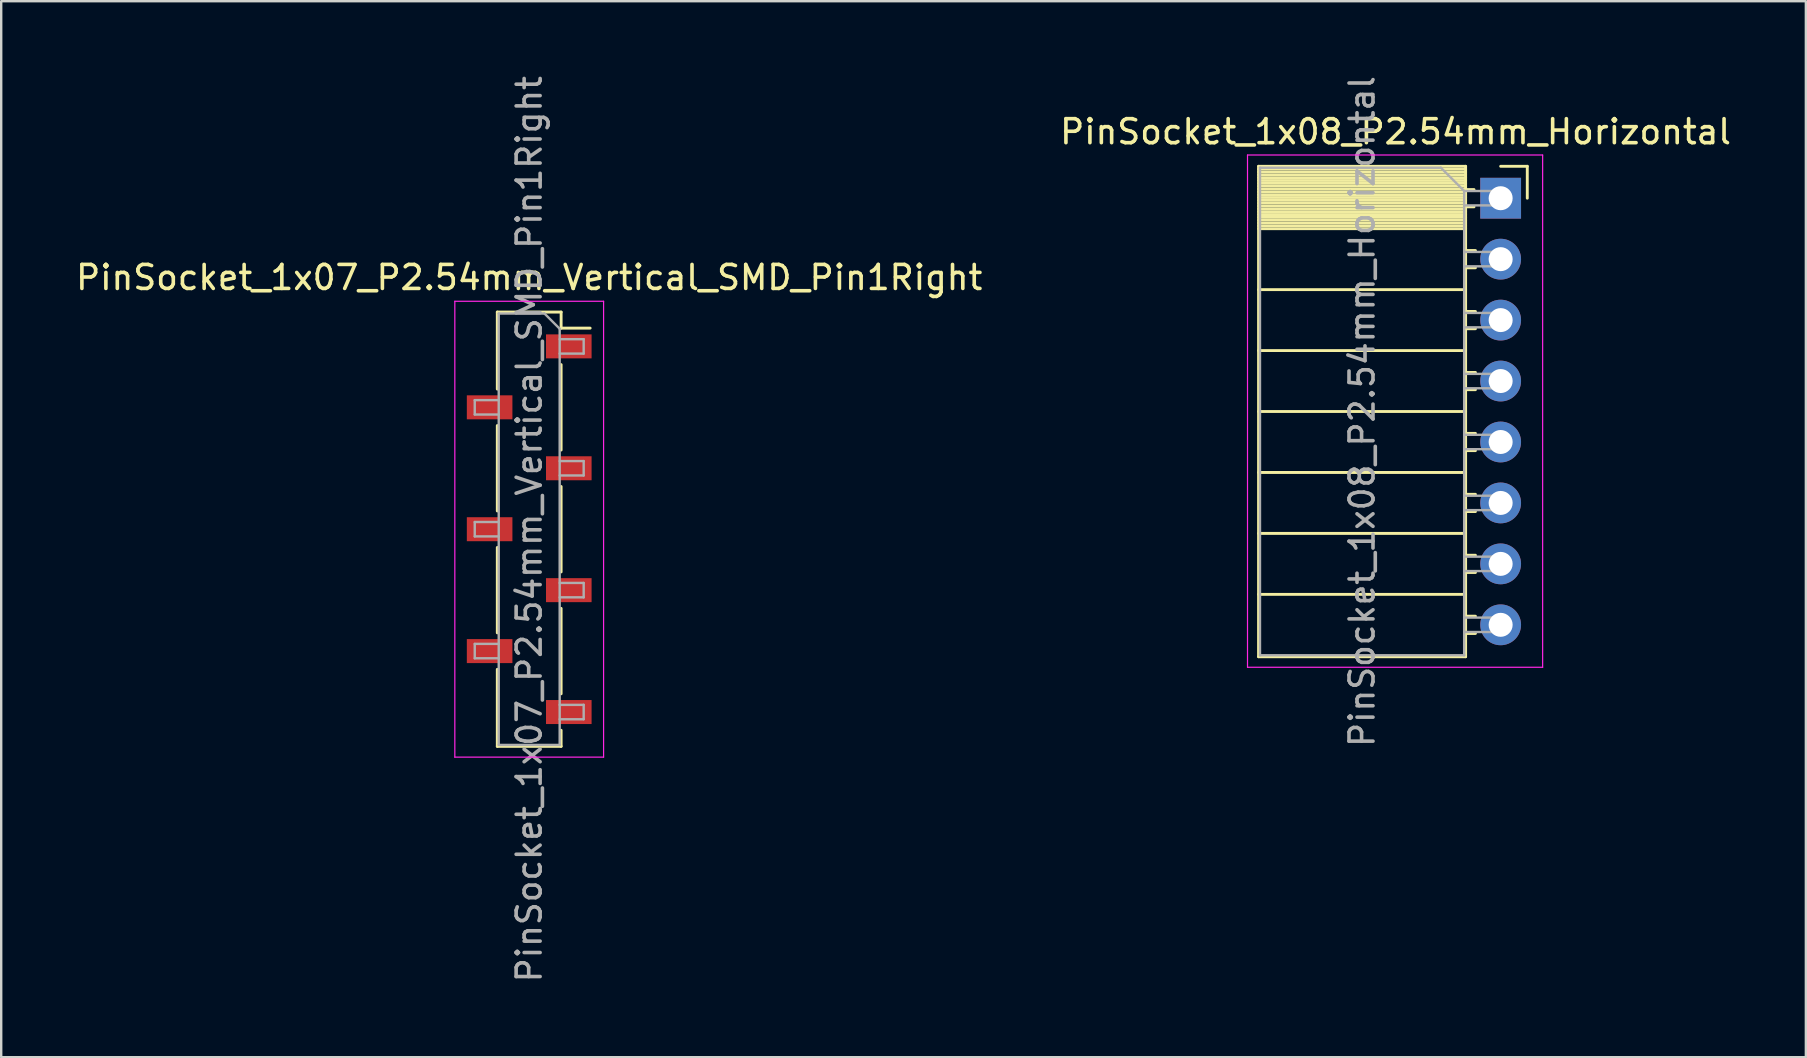
<source format=kicad_pcb>
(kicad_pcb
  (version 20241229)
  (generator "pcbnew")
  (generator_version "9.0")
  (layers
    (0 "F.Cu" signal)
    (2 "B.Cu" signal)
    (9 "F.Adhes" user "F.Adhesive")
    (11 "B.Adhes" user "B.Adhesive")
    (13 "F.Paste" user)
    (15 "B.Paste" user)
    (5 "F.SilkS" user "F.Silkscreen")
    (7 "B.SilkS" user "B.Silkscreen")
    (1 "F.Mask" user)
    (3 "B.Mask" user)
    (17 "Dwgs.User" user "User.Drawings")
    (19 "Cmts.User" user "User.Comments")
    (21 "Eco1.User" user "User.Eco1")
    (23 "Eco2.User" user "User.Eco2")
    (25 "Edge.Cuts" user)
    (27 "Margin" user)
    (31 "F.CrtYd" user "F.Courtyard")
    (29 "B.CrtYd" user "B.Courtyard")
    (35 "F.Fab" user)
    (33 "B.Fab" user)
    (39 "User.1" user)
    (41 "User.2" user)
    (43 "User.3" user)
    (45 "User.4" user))
  (footprint "PinSocket_1x08_P2.54mm_Horizontal"
    (layer "F.Cu")
    (at 59.493 5.211)
    (property "Reference" "PinSocket_1x08_P2.54mm_Horizontal" (at -4.38 -2.77 0) (layer "F.SilkS") (effects (font (size 1 1) (thickness 0.15))))
    (attr through_hole)
    (fp_line (start -10.09 -1.33) (end -10.09 19.11) (stroke (width 0.12) (type solid)) (layer "F.SilkS"))
    (fp_line (start -10.09 -1.33) (end -1.46 -1.33) (stroke (width 0.12) (type solid)) (layer "F.SilkS"))
    (fp_line (start -10.09 -1.21) (end -1.46 -1.21) (stroke (width 0.12) (type solid)) (layer "F.SilkS"))
    (fp_line (start -10.09 -1.092) (end -1.46 -1.092) (stroke (width 0.12) (type solid)) (layer "F.SilkS"))
    (fp_line (start -10.09 -0.974) (end -1.46 -0.974) (stroke (width 0.12) (type solid)) (layer "F.SilkS"))
    (fp_line (start -10.09 -0.856) (end -1.46 -0.856) (stroke (width 0.12) (type solid)) (layer "F.SilkS"))
    (fp_line (start -10.09 -0.738) (end -1.46 -0.738) (stroke (width 0.12) (type solid)) (layer "F.SilkS"))
    (fp_line (start -10.09 -0.62) (end -1.46 -0.62) (stroke (width 0.12) (type solid)) (layer "F.SilkS"))
    (fp_line (start -10.09 -0.501) (end -1.46 -0.501) (stroke (width 0.12) (type solid)) (layer "F.SilkS"))
    (fp_line (start -10.09 -0.383) (end -1.46 -0.383) (stroke (width 0.12) (type solid)) (layer "F.SilkS"))
    (fp_line (start -10.09 -0.265) (end -1.46 -0.265) (stroke (width 0.12) (type solid)) (layer "F.SilkS"))
    (fp_line (start -10.09 -0.147) (end -1.46 -0.147) (stroke (width 0.12) (type solid)) (layer "F.SilkS"))
    (fp_line (start -10.09 -0.029) (end -1.46 -0.029) (stroke (width 0.12) (type solid)) (layer "F.SilkS"))
    (fp_line (start -10.09 0.089) (end -1.46 0.089) (stroke (width 0.12) (type solid)) (layer "F.SilkS"))
    (fp_line (start -10.09 0.207) (end -1.46 0.207) (stroke (width 0.12) (type solid)) (layer "F.SilkS"))
    (fp_line (start -10.09 0.325) (end -1.46 0.325) (stroke (width 0.12) (type solid)) (layer "F.SilkS"))
    (fp_line (start -10.09 0.443) (end -1.46 0.443) (stroke (width 0.12) (type solid)) (layer "F.SilkS"))
    (fp_line (start -10.09 0.561) (end -1.46 0.561) (stroke (width 0.12) (type solid)) (layer "F.SilkS"))
    (fp_line (start -10.09 0.68) (end -1.46 0.68) (stroke (width 0.12) (type solid)) (layer "F.SilkS"))
    (fp_line (start -10.09 0.798) (end -1.46 0.798) (stroke (width 0.12) (type solid)) (layer "F.SilkS"))
    (fp_line (start -10.09 0.916) (end -1.46 0.916) (stroke (width 0.12) (type solid)) (layer "F.SilkS"))
    (fp_line (start -10.09 1.034) (end -1.46 1.034) (stroke (width 0.12) (type solid)) (layer "F.SilkS"))
    (fp_line (start -10.09 1.152) (end -1.46 1.152) (stroke (width 0.12) (type solid)) (layer "F.SilkS"))
    (fp_line (start -10.09 1.27) (end -1.46 1.27) (stroke (width 0.12) (type solid)) (layer "F.SilkS"))
    (fp_line (start -10.09 3.81) (end -1.46 3.81) (stroke (width 0.12) (type solid)) (layer "F.SilkS"))
    (fp_line (start -10.09 6.35) (end -1.46 6.35) (stroke (width 0.12) (type solid)) (layer "F.SilkS"))
    (fp_line (start -10.09 8.89) (end -1.46 8.89) (stroke (width 0.12) (type solid)) (layer "F.SilkS"))
    (fp_line (start -10.09 11.43) (end -1.46 11.43) (stroke (width 0.12) (type solid)) (layer "F.SilkS"))
    (fp_line (start -10.09 13.97) (end -1.46 13.97) (stroke (width 0.12) (type solid)) (layer "F.SilkS"))
    (fp_line (start -10.09 16.51) (end -1.46 16.51) (stroke (width 0.12) (type solid)) (layer "F.SilkS"))
    (fp_line (start -10.09 19.11) (end -1.46 19.11) (stroke (width 0.12) (type solid)) (layer "F.SilkS"))
    (fp_line (start -1.46 -1.33) (end -1.46 19.11) (stroke (width 0.12) (type solid)) (layer "F.SilkS"))
    (fp_line (start -1.46 -0.36) (end -1.11 -0.36) (stroke (width 0.12) (type solid)) (layer "F.SilkS"))
    (fp_line (start -1.46 0.36) (end -1.11 0.36) (stroke (width 0.12) (type solid)) (layer "F.SilkS"))
    (fp_line (start -1.46 2.18) (end -1.05 2.18) (stroke (width 0.12) (type solid)) (layer "F.SilkS"))
    (fp_line (start -1.46 2.9) (end -1.05 2.9) (stroke (width 0.12) (type solid)) (layer "F.SilkS"))
    (fp_line (start -1.46 4.72) (end -1.05 4.72) (stroke (width 0.12) (type solid)) (layer "F.SilkS"))
    (fp_line (start -1.46 5.44) (end -1.05 5.44) (stroke (width 0.12) (type solid)) (layer "F.SilkS"))
    (fp_line (start -1.46 7.26) (end -1.05 7.26) (stroke (width 0.12) (type solid)) (layer "F.SilkS"))
    (fp_line (start -1.46 7.98) (end -1.05 7.98) (stroke (width 0.12) (type solid)) (layer "F.SilkS"))
    (fp_line (start -1.46 9.8) (end -1.05 9.8) (stroke (width 0.12) (type solid)) (layer "F.SilkS"))
    (fp_line (start -1.46 10.52) (end -1.05 10.52) (stroke (width 0.12) (type solid)) (layer "F.SilkS"))
    (fp_line (start -1.46 12.34) (end -1.05 12.34) (stroke (width 0.12) (type solid)) (layer "F.SilkS"))
    (fp_line (start -1.46 13.06) (end -1.05 13.06) (stroke (width 0.12) (type solid)) (layer "F.SilkS"))
    (fp_line (start -1.46 14.88) (end -1.05 14.88) (stroke (width 0.12) (type solid)) (layer "F.SilkS"))
    (fp_line (start -1.46 15.6) (end -1.05 15.6) (stroke (width 0.12) (type solid)) (layer "F.SilkS"))
    (fp_line (start -1.46 17.42) (end -1.05 17.42) (stroke (width 0.12) (type solid)) (layer "F.SilkS"))
    (fp_line (start -1.46 18.14) (end -1.05 18.14) (stroke (width 0.12) (type solid)) (layer "F.SilkS"))
    (fp_line (start 0 -1.33) (end 1.11 -1.33) (stroke (width 0.12) (type solid)) (layer "F.SilkS"))
    (fp_line (start 1.11 -1.33) (end 1.11 0) (stroke (width 0.12) (type solid)) (layer "F.SilkS"))
    (fp_line (start -10.55 -1.8) (end -10.55 19.55) (stroke (width 0.05) (type solid)) (layer "F.CrtYd"))
    (fp_line (start -10.55 19.55) (end 1.75 19.55) (stroke (width 0.05) (type solid)) (layer "F.CrtYd"))
    (fp_line (start 1.75 -1.8) (end -10.55 -1.8) (stroke (width 0.05) (type solid)) (layer "F.CrtYd"))
    (fp_line (start 1.75 19.55) (end 1.75 -1.8) (stroke (width 0.05) (type solid)) (layer "F.CrtYd"))
    (fp_line (start -10.03 -1.27) (end -2.49 -1.27) (stroke (width 0.1) (type solid)) (layer "F.Fab"))
    (fp_line (start -10.03 19.05) (end -10.03 -1.27) (stroke (width 0.1) (type solid)) (layer "F.Fab"))
    (fp_line (start -2.49 -1.27) (end -1.52 -0.3) (stroke (width 0.1) (type solid)) (layer "F.Fab"))
    (fp_line (start -1.52 -0.3) (end -1.52 19.05) (stroke (width 0.1) (type solid)) (layer "F.Fab"))
    (fp_line (start -1.52 0.3) (end 0 0.3) (stroke (width 0.1) (type solid)) (layer "F.Fab"))
    (fp_line (start -1.52 2.84) (end 0 2.84) (stroke (width 0.1) (type solid)) (layer "F.Fab"))
    (fp_line (start -1.52 5.38) (end 0 5.38) (stroke (width 0.1) (type solid)) (layer "F.Fab"))
    (fp_line (start -1.52 7.92) (end 0 7.92) (stroke (width 0.1) (type solid)) (layer "F.Fab"))
    (fp_line (start -1.52 10.46) (end 0 10.46) (stroke (width 0.1) (type solid)) (layer "F.Fab"))
    (fp_line (start -1.52 13) (end 0 13) (stroke (width 0.1) (type solid)) (layer "F.Fab"))
    (fp_line (start -1.52 15.54) (end 0 15.54) (stroke (width 0.1) (type solid)) (layer "F.Fab"))
    (fp_line (start -1.52 18.08) (end 0 18.08) (stroke (width 0.1) (type solid)) (layer "F.Fab"))
    (fp_line (start -1.52 19.05) (end -10.03 19.05) (stroke (width 0.1) (type solid)) (layer "F.Fab"))
    (fp_line (start 0 -0.3) (end -1.52 -0.3) (stroke (width 0.1) (type solid)) (layer "F.Fab"))
    (fp_line (start 0 0.3) (end 0 -0.3) (stroke (width 0.1) (type solid)) (layer "F.Fab"))
    (fp_line (start 0 2.24) (end -1.52 2.24) (stroke (width 0.1) (type solid)) (layer "F.Fab"))
    (fp_line (start 0 2.84) (end 0 2.24) (stroke (width 0.1) (type solid)) (layer "F.Fab"))
    (fp_line (start 0 4.78) (end -1.52 4.78) (stroke (width 0.1) (type solid)) (layer "F.Fab"))
    (fp_line (start 0 5.38) (end 0 4.78) (stroke (width 0.1) (type solid)) (layer "F.Fab"))
    (fp_line (start 0 7.32) (end -1.52 7.32) (stroke (width 0.1) (type solid)) (layer "F.Fab"))
    (fp_line (start 0 7.92) (end 0 7.32) (stroke (width 0.1) (type solid)) (layer "F.Fab"))
    (fp_line (start 0 9.86) (end -1.52 9.86) (stroke (width 0.1) (type solid)) (layer "F.Fab"))
    (fp_line (start 0 10.46) (end 0 9.86) (stroke (width 0.1) (type solid)) (layer "F.Fab"))
    (fp_line (start 0 12.4) (end -1.52 12.4) (stroke (width 0.1) (type solid)) (layer "F.Fab"))
    (fp_line (start 0 13) (end 0 12.4) (stroke (width 0.1) (type solid)) (layer "F.Fab"))
    (fp_line (start 0 14.94) (end -1.52 14.94) (stroke (width 0.1) (type solid)) (layer "F.Fab"))
    (fp_line (start 0 15.54) (end 0 14.94) (stroke (width 0.1) (type solid)) (layer "F.Fab"))
    (fp_line (start 0 17.48) (end -1.52 17.48) (stroke (width 0.1) (type solid)) (layer "F.Fab"))
    (fp_line (start 0 18.08) (end 0 17.48) (stroke (width 0.1) (type solid)) (layer "F.Fab"))
    (fp_text user "${REFERENCE}" (at -5.775 8.89 90) (layer "F.Fab") (effects (font (size 1 1) (thickness 0.15))))
    (pad "1" thru_hole rect (at 0 0) (size 1.7 1.7) (drill 1) (layers "*.Cu" "*.Mask"))
    (pad "2" thru_hole oval (at 0 2.54) (size 1.7 1.7) (drill 1) (layers "*.Cu" "*.Mask"))
    (pad "3" thru_hole oval (at 0 5.08) (size 1.7 1.7) (drill 1) (layers "*.Cu" "*.Mask"))
    (pad "4" thru_hole oval (at 0 7.62) (size 1.7 1.7) (drill 1) (layers "*.Cu" "*.Mask"))
    (pad "5" thru_hole oval (at 0 10.16) (size 1.7 1.7) (drill 1) (layers "*.Cu" "*.Mask"))
    (pad "6" thru_hole oval (at 0 12.7) (size 1.7 1.7) (drill 1) (layers "*.Cu" "*.Mask"))
    (pad "7" thru_hole oval (at 0 15.24) (size 1.7 1.7) (drill 1) (layers "*.Cu" "*.Mask"))
    (pad "8" thru_hole oval (at 0 17.78) (size 1.7 1.7) (drill 1) (layers "*.Cu" "*.Mask")))
  (footprint "PinSocket_1x07_P2.54mm_Vertical_SMD_Pin1Right"
    (layer "F.Cu")
    (at 19.006 19.006)
    (property "Reference" "PinSocket_1x07_P2.54mm_Vertical_SMD_Pin1Right" (at 0 -10.49 0) (layer "F.SilkS") (effects (font (size 1 1) (thickness 0.15))))
    (attr smd)
    (fp_line (start -1.33 -9.05) (end -1.33 -5.84) (stroke (width 0.12) (type solid)) (layer "F.SilkS"))
    (fp_line (start -1.33 -9.05) (end 1.33 -9.05) (stroke (width 0.12) (type solid)) (layer "F.SilkS"))
    (fp_line (start -1.33 -4.32) (end -1.33 -0.76) (stroke (width 0.12) (type solid)) (layer "F.SilkS"))
    (fp_line (start -1.33 0.76) (end -1.33 4.32) (stroke (width 0.12) (type solid)) (layer "F.SilkS"))
    (fp_line (start -1.33 5.84) (end -1.33 9.05) (stroke (width 0.12) (type solid)) (layer "F.SilkS"))
    (fp_line (start -1.33 9.05) (end 1.33 9.05) (stroke (width 0.12) (type solid)) (layer "F.SilkS"))
    (fp_line (start 1.33 -9.05) (end 1.33 -8.38) (stroke (width 0.12) (type solid)) (layer "F.SilkS"))
    (fp_line (start 1.33 -8.38) (end 2.54 -8.38) (stroke (width 0.12) (type solid)) (layer "F.SilkS"))
    (fp_line (start 1.33 -6.86) (end 1.33 -3.3) (stroke (width 0.12) (type solid)) (layer "F.SilkS"))
    (fp_line (start 1.33 -1.78) (end 1.33 1.78) (stroke (width 0.12) (type solid)) (layer "F.SilkS"))
    (fp_line (start 1.33 3.3) (end 1.33 6.86) (stroke (width 0.12) (type solid)) (layer "F.SilkS"))
    (fp_line (start 1.33 8.38) (end 1.33 9.05) (stroke (width 0.12) (type solid)) (layer "F.SilkS"))
    (fp_line (start -3.1 -9.5) (end 3.1 -9.5) (stroke (width 0.05) (type solid)) (layer "F.CrtYd"))
    (fp_line (start -3.1 9.5) (end -3.1 -9.5) (stroke (width 0.05) (type solid)) (layer "F.CrtYd"))
    (fp_line (start 3.1 -9.5) (end 3.1 9.5) (stroke (width 0.05) (type solid)) (layer "F.CrtYd"))
    (fp_line (start 3.1 9.5) (end -3.1 9.5) (stroke (width 0.05) (type solid)) (layer "F.CrtYd"))
    (fp_line (start -2.27 -5.38) (end -1.27 -5.38) (stroke (width 0.1) (type solid)) (layer "F.Fab"))
    (fp_line (start -2.27 -4.78) (end -2.27 -5.38) (stroke (width 0.1) (type solid)) (layer "F.Fab"))
    (fp_line (start -2.27 -0.3) (end -1.27 -0.3) (stroke (width 0.1) (type solid)) (layer "F.Fab"))
    (fp_line (start -2.27 0.3) (end -2.27 -0.3) (stroke (width 0.1) (type solid)) (layer "F.Fab"))
    (fp_line (start -2.27 4.78) (end -1.27 4.78) (stroke (width 0.1) (type solid)) (layer "F.Fab"))
    (fp_line (start -2.27 5.38) (end -2.27 4.78) (stroke (width 0.1) (type solid)) (layer "F.Fab"))
    (fp_line (start -1.27 -8.99) (end 0.635 -8.99) (stroke (width 0.1) (type solid)) (layer "F.Fab"))
    (fp_line (start -1.27 -4.78) (end -2.27 -4.78) (stroke (width 0.1) (type solid)) (layer "F.Fab"))
    (fp_line (start -1.27 0.3) (end -2.27 0.3) (stroke (width 0.1) (type solid)) (layer "F.Fab"))
    (fp_line (start -1.27 5.38) (end -2.27 5.38) (stroke (width 0.1) (type solid)) (layer "F.Fab"))
    (fp_line (start -1.27 8.99) (end -1.27 -8.99) (stroke (width 0.1) (type solid)) (layer "F.Fab"))
    (fp_line (start 0.635 -8.99) (end 1.27 -8.355) (stroke (width 0.1) (type solid)) (layer "F.Fab"))
    (fp_line (start 1.27 -8.355) (end 1.27 8.99) (stroke (width 0.1) (type solid)) (layer "F.Fab"))
    (fp_line (start 1.27 -7.92) (end 2.27 -7.92) (stroke (width 0.1) (type solid)) (layer "F.Fab"))
    (fp_line (start 1.27 -2.84) (end 2.27 -2.84) (stroke (width 0.1) (type solid)) (layer "F.Fab"))
    (fp_line (start 1.27 2.24) (end 2.27 2.24) (stroke (width 0.1) (type solid)) (layer "F.Fab"))
    (fp_line (start 1.27 7.32) (end 2.27 7.32) (stroke (width 0.1) (type solid)) (layer "F.Fab"))
    (fp_line (start 1.27 8.99) (end -1.27 8.99) (stroke (width 0.1) (type solid)) (layer "F.Fab"))
    (fp_line (start 2.27 -7.92) (end 2.27 -7.32) (stroke (width 0.1) (type solid)) (layer "F.Fab"))
    (fp_line (start 2.27 -7.32) (end 1.27 -7.32) (stroke (width 0.1) (type solid)) (layer "F.Fab"))
    (fp_line (start 2.27 -2.84) (end 2.27 -2.24) (stroke (width 0.1) (type solid)) (layer "F.Fab"))
    (fp_line (start 2.27 -2.24) (end 1.27 -2.24) (stroke (width 0.1) (type solid)) (layer "F.Fab"))
    (fp_line (start 2.27 2.24) (end 2.27 2.84) (stroke (width 0.1) (type solid)) (layer "F.Fab"))
    (fp_line (start 2.27 2.84) (end 1.27 2.84) (stroke (width 0.1) (type solid)) (layer "F.Fab"))
    (fp_line (start 2.27 7.32) (end 2.27 7.92) (stroke (width 0.1) (type solid)) (layer "F.Fab"))
    (fp_line (start 2.27 7.92) (end 1.27 7.92) (stroke (width 0.1) (type solid)) (layer "F.Fab"))
    (fp_text user "${REFERENCE}" (at 0 0 90) (layer "F.Fab") (effects (font (size 1 1) (thickness 0.15))))
    (pad "1" smd rect (at 1.65 -7.62) (size 1.9 1) (layers "F.Cu" "F.Mask" "F.Paste"))
    (pad "2" smd rect (at -1.65 -5.08) (size 1.9 1) (layers "F.Cu" "F.Mask" "F.Paste"))
    (pad "3" smd rect (at 1.65 -2.54) (size 1.9 1) (layers "F.Cu" "F.Mask" "F.Paste"))
    (pad "4" smd rect (at -1.65 0) (size 1.9 1) (layers "F.Cu" "F.Mask" "F.Paste"))
    (pad "5" smd rect (at 1.65 2.54) (size 1.9 1) (layers "F.Cu" "F.Mask" "F.Paste"))
    (pad "6" smd rect (at -1.65 5.08) (size 1.9 1) (layers "F.Cu" "F.Mask" "F.Paste"))
    (pad "7" smd rect (at 1.65 7.62) (size 1.9 1) (layers "F.Cu" "F.Mask" "F.Paste")))
  (gr_rect
    (start -3 -3)
    (end 72.214 41.012)
    (stroke (width 0.1) (type default))
    (fill no)
    (layer "Edge.Cuts")))
</source>
